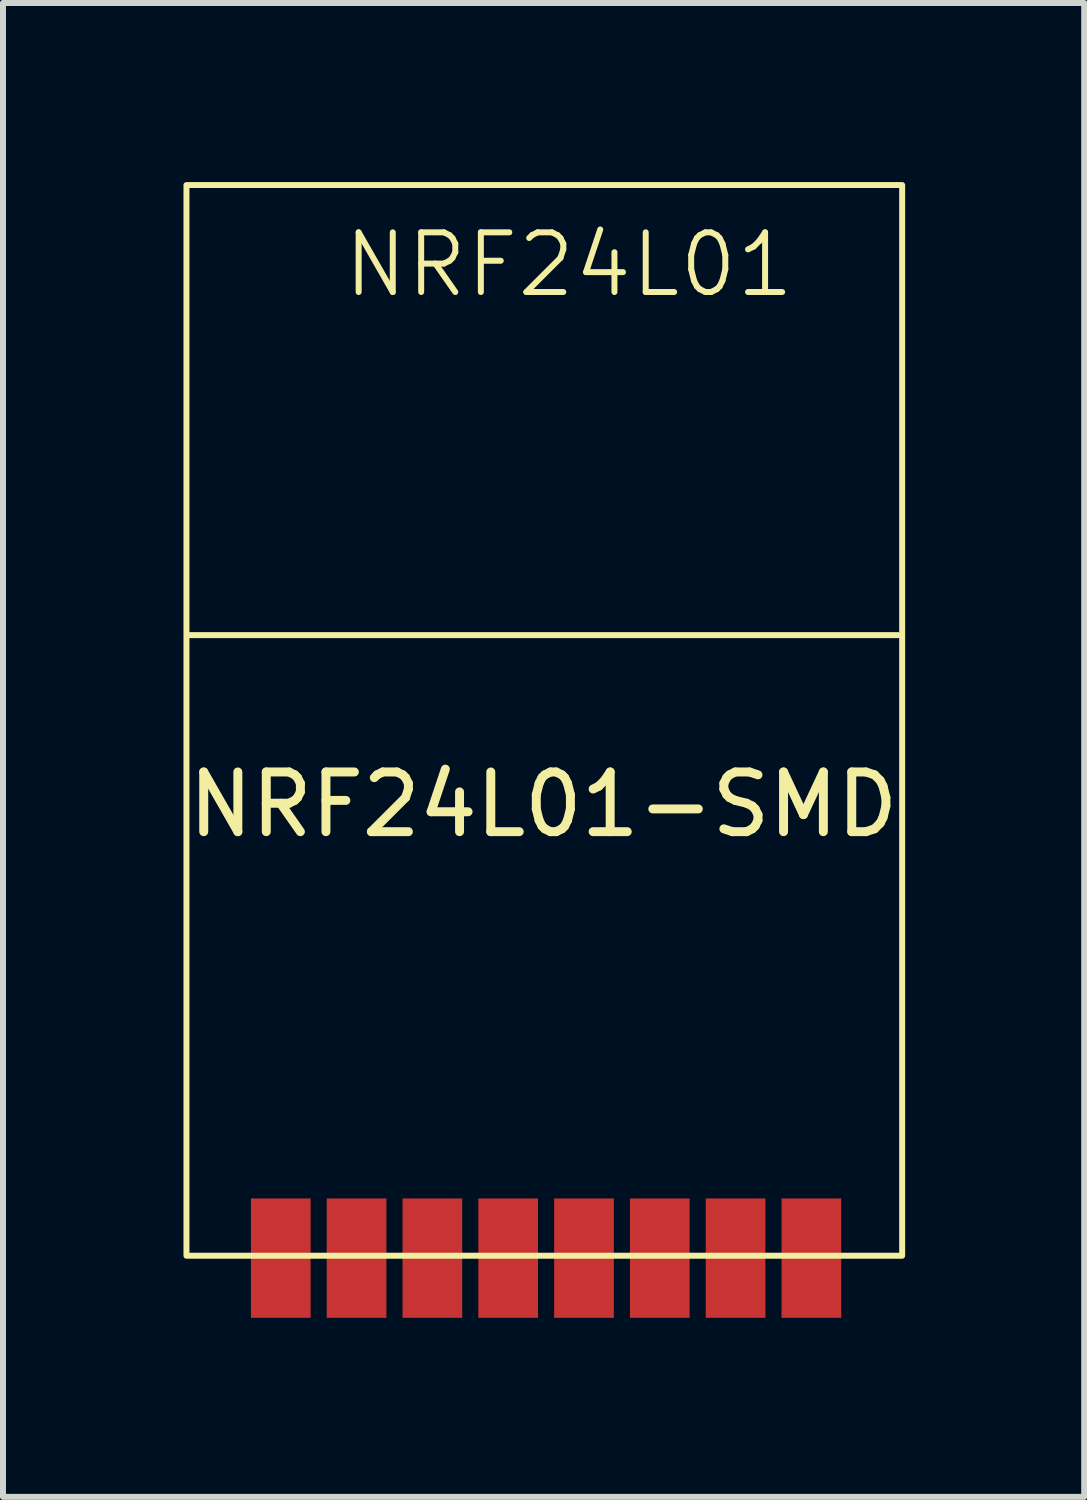
<source format=kicad_pcb>
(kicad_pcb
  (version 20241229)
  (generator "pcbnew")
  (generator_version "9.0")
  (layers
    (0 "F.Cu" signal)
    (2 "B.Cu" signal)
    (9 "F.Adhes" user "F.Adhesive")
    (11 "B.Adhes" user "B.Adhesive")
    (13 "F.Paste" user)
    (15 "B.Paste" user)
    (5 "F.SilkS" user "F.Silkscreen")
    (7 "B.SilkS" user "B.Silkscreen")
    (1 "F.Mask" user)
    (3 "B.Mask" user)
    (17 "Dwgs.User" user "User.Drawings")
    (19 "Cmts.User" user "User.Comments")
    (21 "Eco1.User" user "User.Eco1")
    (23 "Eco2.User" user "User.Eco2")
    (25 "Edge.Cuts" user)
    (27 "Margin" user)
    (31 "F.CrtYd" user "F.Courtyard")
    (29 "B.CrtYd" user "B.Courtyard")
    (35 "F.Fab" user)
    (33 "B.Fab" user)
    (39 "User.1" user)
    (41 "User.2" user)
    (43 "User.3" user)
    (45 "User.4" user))
  (footprint "NRF24L01-SMD"
    (layer "F.Cu")
    (at 6.054 9.329)
    (property "Reference" "NRF24L01-SMD" (at 0 1.1 0) (layer "F.SilkS") (effects (font (size 1 1) (thickness 0.15))))
    (attr through_hole)
    (fp_line (start -5.926 -1.738) (end 5.944 -1.738) (stroke (width 0.1) (type default)) (layer "F.SilkS"))
    (fp_rect (start -5.98 -9.279) (end 6.011 8.66) (stroke (width 0.1) (type default)) (fill no) (layer "F.SilkS"))
    (fp_text user "NRF24L01" (at -3.399 -7.359 0) (unlocked yes) (layer "F.SilkS") (effects (font (size 1 1) (thickness 0.1)) (justify left bottom)))
    (pad "1" smd rect (at -3.13 8.7) (size 1 2) (layers "F.Cu" "F.Mask" "F.Paste"))
    (pad "2" smd rect (at -4.4 8.7) (size 1 2) (layers "F.Cu" "F.Mask" "F.Paste"))
    (pad "3" smd rect (at -1.86 8.7) (size 1 2) (layers "F.Cu" "F.Mask" "F.Paste"))
    (pad "4" smd rect (at -0.59 8.7) (size 1 2) (layers "F.Cu" "F.Mask" "F.Paste"))
    (pad "5" smd rect (at 0.68 8.7) (size 1 2) (layers "F.Cu" "F.Mask" "F.Paste"))
    (pad "6" smd rect (at 1.95 8.7) (size 1 2) (layers "F.Cu" "F.Mask" "F.Paste"))
    (pad "7" smd rect (at 3.22 8.7) (size 1 2) (layers "F.Cu" "F.Mask" "F.Paste"))
    (pad "8" smd rect (at 4.49 8.7) (size 1 2) (layers "F.Cu" "F.Mask" "F.Paste")))
  (gr_rect
    (start -3 -3)
    (end 15.115 22.029)
    (stroke (width 0.1) (type default))
    (fill no)
    (layer "Edge.Cuts")))
</source>
